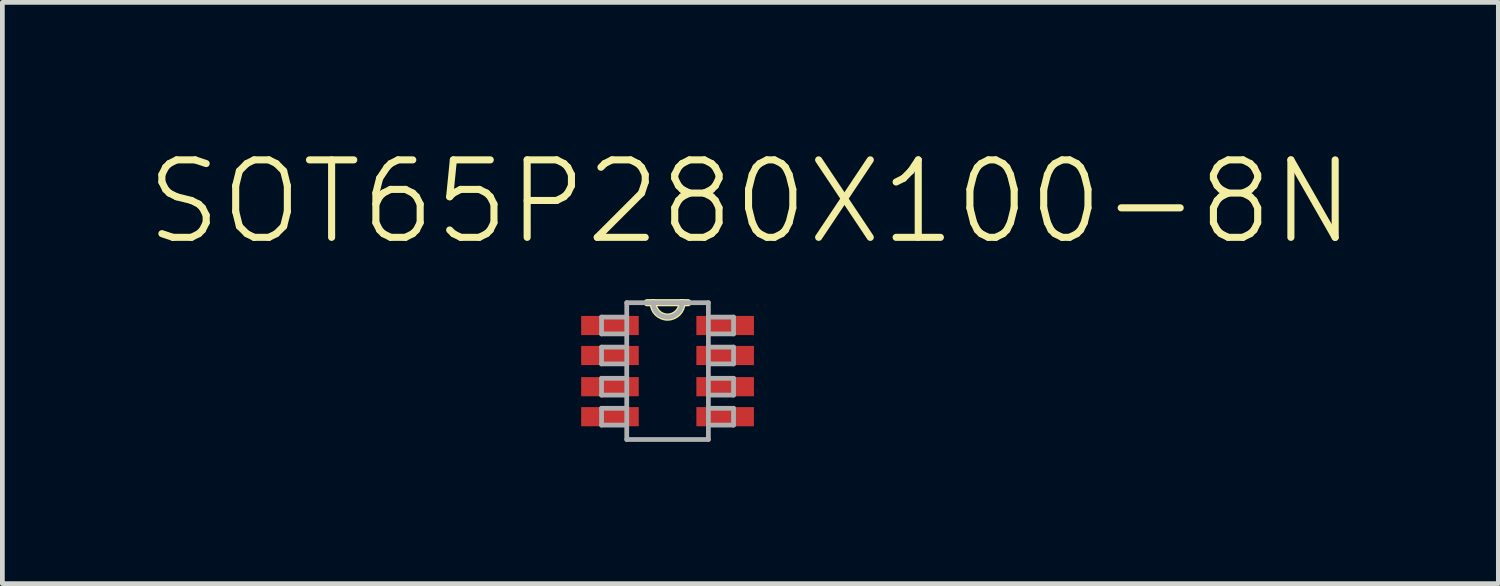
<source format=kicad_pcb>
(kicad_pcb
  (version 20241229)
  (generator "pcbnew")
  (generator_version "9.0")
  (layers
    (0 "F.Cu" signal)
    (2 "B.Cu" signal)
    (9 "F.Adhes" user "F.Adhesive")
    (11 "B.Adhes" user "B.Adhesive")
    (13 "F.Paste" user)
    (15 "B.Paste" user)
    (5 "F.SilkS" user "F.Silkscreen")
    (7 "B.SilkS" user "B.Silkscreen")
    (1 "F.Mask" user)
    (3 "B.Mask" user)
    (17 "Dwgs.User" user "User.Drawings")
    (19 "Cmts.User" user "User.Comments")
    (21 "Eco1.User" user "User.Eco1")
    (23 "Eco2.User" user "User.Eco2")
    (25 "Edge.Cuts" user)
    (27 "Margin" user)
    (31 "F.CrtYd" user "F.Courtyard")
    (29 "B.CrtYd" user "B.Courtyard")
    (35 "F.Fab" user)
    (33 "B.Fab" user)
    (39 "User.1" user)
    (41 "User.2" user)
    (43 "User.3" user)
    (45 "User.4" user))
  (footprint "SOT65P280X100-8N"
    (layer "F.Cu")
    (at 11.08 4.805)
    (property "Reference" "SOT65P280X100-8N" (at 1.753 -3.582 0) (layer "F.SilkS") (effects (font (size 1.64 1.64) (thickness 0.15))))
    (attr smd)
    (fp_line (start -0.305 -1.448) (end -0.432 -1.448) (stroke (width 0.152) (type solid)) (layer "F.SilkS"))
    (fp_line (start 0.305 -1.448) (end -0.305 -1.448) (stroke (width 0.152) (type solid)) (layer "F.SilkS"))
    (fp_line (start 0.432 -1.448) (end 0.305 -1.448) (stroke (width 0.152) (type solid)) (layer "F.SilkS"))
    (fp_arc (start 0.3048 -1.4478) (mid 0 -1.143) (end -0.3048 -1.4478) (stroke (width 0.1524) (type solid)) (layer "F.SilkS"))
    (fp_line (start -1.397 -1.143) (end -1.397 -0.787) (stroke (width 0.1) (type solid)) (layer "F.Fab"))
    (fp_line (start -1.397 -0.787) (end -0.864 -0.787) (stroke (width 0.1) (type solid)) (layer "F.Fab"))
    (fp_line (start -1.397 -0.508) (end -1.397 -0.152) (stroke (width 0.1) (type solid)) (layer "F.Fab"))
    (fp_line (start -1.397 -0.152) (end -0.864 -0.152) (stroke (width 0.1) (type solid)) (layer "F.Fab"))
    (fp_line (start -1.397 0.152) (end -1.397 0.508) (stroke (width 0.1) (type solid)) (layer "F.Fab"))
    (fp_line (start -1.397 0.508) (end -0.864 0.508) (stroke (width 0.1) (type solid)) (layer "F.Fab"))
    (fp_line (start -1.397 0.787) (end -1.397 1.143) (stroke (width 0.1) (type solid)) (layer "F.Fab"))
    (fp_line (start -1.397 1.143) (end -0.864 1.143) (stroke (width 0.1) (type solid)) (layer "F.Fab"))
    (fp_line (start -0.864 -1.448) (end -0.864 -1.143) (stroke (width 0.1) (type solid)) (layer "F.Fab"))
    (fp_line (start -0.864 -1.143) (end -1.397 -1.143) (stroke (width 0.1) (type solid)) (layer "F.Fab"))
    (fp_line (start -0.864 -1.143) (end -0.864 -0.787) (stroke (width 0.1) (type solid)) (layer "F.Fab"))
    (fp_line (start -0.864 -0.787) (end -0.864 -0.508) (stroke (width 0.1) (type solid)) (layer "F.Fab"))
    (fp_line (start -0.864 -0.508) (end -1.397 -0.508) (stroke (width 0.1) (type solid)) (layer "F.Fab"))
    (fp_line (start -0.864 -0.508) (end -0.864 -0.152) (stroke (width 0.1) (type solid)) (layer "F.Fab"))
    (fp_line (start -0.864 -0.152) (end -0.864 0.152) (stroke (width 0.1) (type solid)) (layer "F.Fab"))
    (fp_line (start -0.864 0.152) (end -1.397 0.152) (stroke (width 0.1) (type solid)) (layer "F.Fab"))
    (fp_line (start -0.864 0.152) (end -0.864 0.508) (stroke (width 0.1) (type solid)) (layer "F.Fab"))
    (fp_line (start -0.864 0.508) (end -0.864 0.787) (stroke (width 0.1) (type solid)) (layer "F.Fab"))
    (fp_line (start -0.864 0.787) (end -1.397 0.787) (stroke (width 0.1) (type solid)) (layer "F.Fab"))
    (fp_line (start -0.864 1.143) (end -0.864 0.787) (stroke (width 0.1) (type solid)) (layer "F.Fab"))
    (fp_line (start -0.864 1.448) (end -0.864 1.143) (stroke (width 0.1) (type solid)) (layer "F.Fab"))
    (fp_line (start -0.864 1.448) (end 0.864 1.448) (stroke (width 0.1) (type solid)) (layer "F.Fab"))
    (fp_line (start -0.305 -1.448) (end -0.864 -1.448) (stroke (width 0.1) (type solid)) (layer "F.Fab"))
    (fp_line (start 0.305 -1.448) (end -0.305 -1.448) (stroke (width 0.1) (type solid)) (layer "F.Fab"))
    (fp_line (start 0.864 -1.448) (end 0.305 -1.448) (stroke (width 0.1) (type solid)) (layer "F.Fab"))
    (fp_line (start 0.864 -1.448) (end 0.864 -1.143) (stroke (width 0.1) (type solid)) (layer "F.Fab"))
    (fp_line (start 0.864 -1.143) (end 0.864 -0.787) (stroke (width 0.1) (type solid)) (layer "F.Fab"))
    (fp_line (start 0.864 -0.787) (end 1.397 -0.787) (stroke (width 0.1) (type solid)) (layer "F.Fab"))
    (fp_line (start 0.864 -0.508) (end 0.864 -0.787) (stroke (width 0.1) (type solid)) (layer "F.Fab"))
    (fp_line (start 0.864 -0.152) (end 0.864 -0.508) (stroke (width 0.1) (type solid)) (layer "F.Fab"))
    (fp_line (start 0.864 -0.152) (end 1.397 -0.152) (stroke (width 0.1) (type solid)) (layer "F.Fab"))
    (fp_line (start 0.864 0.152) (end 0.864 -0.152) (stroke (width 0.1) (type solid)) (layer "F.Fab"))
    (fp_line (start 0.864 0.508) (end 0.864 0.152) (stroke (width 0.1) (type solid)) (layer "F.Fab"))
    (fp_line (start 0.864 0.508) (end 1.397 0.508) (stroke (width 0.1) (type solid)) (layer "F.Fab"))
    (fp_line (start 0.864 0.787) (end 0.864 0.508) (stroke (width 0.1) (type solid)) (layer "F.Fab"))
    (fp_line (start 0.864 1.143) (end 0.864 0.787) (stroke (width 0.1) (type solid)) (layer "F.Fab"))
    (fp_line (start 0.864 1.143) (end 1.397 1.143) (stroke (width 0.1) (type solid)) (layer "F.Fab"))
    (fp_line (start 0.864 1.448) (end 0.864 1.143) (stroke (width 0.1) (type solid)) (layer "F.Fab"))
    (fp_line (start 1.397 -1.143) (end 0.864 -1.143) (stroke (width 0.1) (type solid)) (layer "F.Fab"))
    (fp_line (start 1.397 -0.787) (end 1.397 -1.143) (stroke (width 0.1) (type solid)) (layer "F.Fab"))
    (fp_line (start 1.397 -0.508) (end 0.864 -0.508) (stroke (width 0.1) (type solid)) (layer "F.Fab"))
    (fp_line (start 1.397 -0.152) (end 1.397 -0.508) (stroke (width 0.1) (type solid)) (layer "F.Fab"))
    (fp_line (start 1.397 0.152) (end 0.864 0.152) (stroke (width 0.1) (type solid)) (layer "F.Fab"))
    (fp_line (start 1.397 0.508) (end 1.397 0.152) (stroke (width 0.1) (type solid)) (layer "F.Fab"))
    (fp_line (start 1.397 0.787) (end 0.864 0.787) (stroke (width 0.1) (type solid)) (layer "F.Fab"))
    (fp_line (start 1.397 1.143) (end 1.397 0.787) (stroke (width 0.1) (type solid)) (layer "F.Fab"))
    (fp_arc (start 0.3048 -1.4478) (mid 0 -1.143) (end -0.3048 -1.4478) (stroke (width 0.1) (type solid)) (layer "F.Fab"))
    (pad "1" smd rect (at -1.219 -0.965) (size 1.219 0.406) (layers "F.Cu" "F.Mask" "F.Paste"))
    (pad "2" smd rect (at -1.219 -0.33) (size 1.219 0.406) (layers "F.Cu" "F.Mask" "F.Paste"))
    (pad "3" smd rect (at -1.219 0.33) (size 1.219 0.406) (layers "F.Cu" "F.Mask" "F.Paste"))
    (pad "4" smd rect (at -1.219 0.965) (size 1.219 0.406) (layers "F.Cu" "F.Mask" "F.Paste"))
    (pad "5" smd rect (at 1.219 0.965) (size 1.219 0.406) (layers "F.Cu" "F.Mask" "F.Paste"))
    (pad "6" smd rect (at 1.219 0.33) (size 1.219 0.406) (layers "F.Cu" "F.Mask" "F.Paste"))
    (pad "7" smd rect (at 1.219 -0.33) (size 1.219 0.406) (layers "F.Cu" "F.Mask" "F.Paste"))
    (pad "8" smd rect (at 1.219 -0.965) (size 1.219 0.406) (layers "F.Cu" "F.Mask" "F.Paste")))
  (gr_rect
    (start -3 -3)
    (end 28.665 9.303)
    (stroke (width 0.1) (type default))
    (fill no)
    (layer "Edge.Cuts")))
</source>
